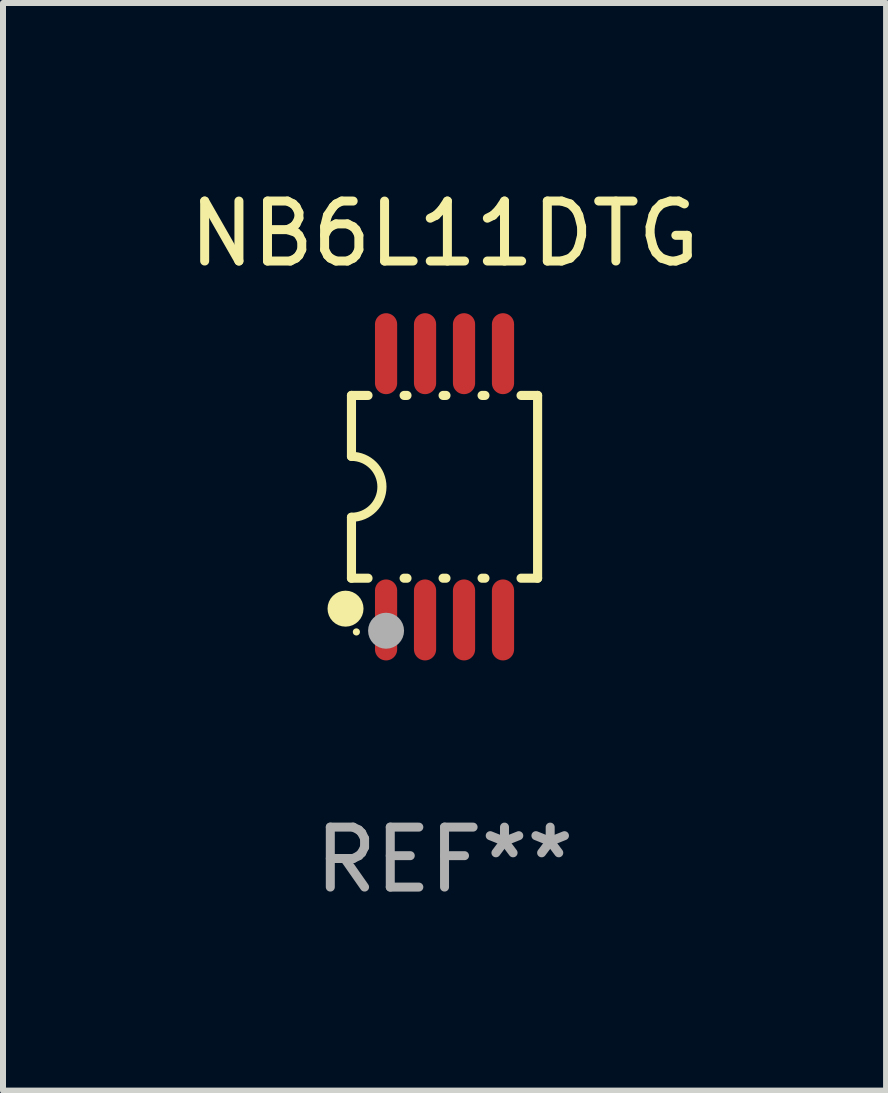
<source format=kicad_pcb>
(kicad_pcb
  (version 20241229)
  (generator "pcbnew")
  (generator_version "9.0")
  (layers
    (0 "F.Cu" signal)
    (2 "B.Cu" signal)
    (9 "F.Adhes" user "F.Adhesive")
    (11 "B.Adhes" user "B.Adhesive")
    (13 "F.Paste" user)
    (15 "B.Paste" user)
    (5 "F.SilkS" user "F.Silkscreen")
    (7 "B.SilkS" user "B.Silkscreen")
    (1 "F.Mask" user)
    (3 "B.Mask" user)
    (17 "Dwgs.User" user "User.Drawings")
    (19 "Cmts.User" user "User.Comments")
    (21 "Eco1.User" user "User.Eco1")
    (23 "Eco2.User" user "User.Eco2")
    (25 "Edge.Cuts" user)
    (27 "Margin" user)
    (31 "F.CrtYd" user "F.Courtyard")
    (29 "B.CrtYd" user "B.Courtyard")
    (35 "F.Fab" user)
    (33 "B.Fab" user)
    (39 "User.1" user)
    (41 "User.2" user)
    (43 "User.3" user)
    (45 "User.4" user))
  (footprint "NB6L11DTG"
    (layer "F.Cu")
    (at 4.363 5.068)
    (property "Reference" "NB6L11DTG" (at 0 -4.22 0) (layer "F.SilkS") (effects (font (size 1 1) (thickness 0.15))))
    (attr through_hole)
    (fp_line (start -1.552 -1.524) (end -1.276 -1.524) (stroke (width 0.152) (type solid)) (layer "F.SilkS"))
    (fp_line (start -1.552 -0.508) (end -1.552 -1.524) (stroke (width 0.152) (type solid)) (layer "F.SilkS"))
    (fp_line (start -1.552 1.524) (end -1.552 0.508) (stroke (width 0.152) (type solid)) (layer "F.SilkS"))
    (fp_line (start -1.552 1.524) (end -1.276 1.524) (stroke (width 0.152) (type solid)) (layer "F.SilkS"))
    (fp_line (start -0.674 -1.524) (end -0.626 -1.524) (stroke (width 0.152) (type solid)) (layer "F.SilkS"))
    (fp_line (start -0.674 1.524) (end -0.626 1.524) (stroke (width 0.152) (type solid)) (layer "F.SilkS"))
    (fp_line (start -0.024 -1.524) (end 0.024 -1.524) (stroke (width 0.152) (type solid)) (layer "F.SilkS"))
    (fp_line (start -0.024 1.524) (end 0.024 1.524) (stroke (width 0.152) (type solid)) (layer "F.SilkS"))
    (fp_line (start 0.626 -1.524) (end 0.674 -1.524) (stroke (width 0.152) (type solid)) (layer "F.SilkS"))
    (fp_line (start 0.626 1.524) (end 0.674 1.524) (stroke (width 0.152) (type solid)) (layer "F.SilkS"))
    (fp_line (start 1.276 1.524) (end 1.552 1.524) (stroke (width 0.152) (type solid)) (layer "F.SilkS"))
    (fp_line (start 1.276 -1.524) (end 1.552 -1.524) (stroke (width 0.152) (type solid)) (layer "F.SilkS"))
    (fp_line (start 1.552 -1.524) (end 1.552 1.524) (stroke (width 0.152) (type solid)) (layer "F.SilkS"))
    (fp_arc (start -1.551943 -0.508001) (mid -1.043942 0) (end -1.551943 0.508001) (stroke (width 0.151994) (type solid)) (layer "F.SilkS"))
    (fp_circle (center -1.651 2.032) (end -1.501 2.032) (stroke (width 0.3) (type solid)) (fill no) (layer "F.SilkS"))
    (fp_circle (center -1.47 2.42) (end -1.44 2.42) (stroke (width 0.06) (type solid)) (fill no) (layer "F.SilkS"))
    (fp_circle (center -0.975 2.4) (end -0.825 2.4) (stroke (width 0.3) (type solid)) (fill no) (layer "F.Fab"))
    (fp_text user "REF**" (at 0 6.22 0) (layer "F.Fab") (effects (font (size 1 1) (thickness 0.15))))
    (pad "1" smd oval (at -0.975 2.22) (size 0.37 1.35) (layers "F.Cu" "F.Mask" "F.Paste"))
    (pad "2" smd oval (at -0.325 2.22) (size 0.37 1.35) (layers "F.Cu" "F.Mask" "F.Paste"))
    (pad "3" smd oval (at 0.325 2.22) (size 0.37 1.35) (layers "F.Cu" "F.Mask" "F.Paste"))
    (pad "4" smd oval (at 0.975 2.22) (size 0.37 1.35) (layers "F.Cu" "F.Mask" "F.Paste"))
    (pad "5" smd oval (at 0.975 -2.22) (size 0.37 1.35) (layers "F.Cu" "F.Mask" "F.Paste"))
    (pad "6" smd oval (at 0.325 -2.22) (size 0.37 1.35) (layers "F.Cu" "F.Mask" "F.Paste"))
    (pad "7" smd oval (at -0.325 -2.22) (size 0.37 1.35) (layers "F.Cu" "F.Mask" "F.Paste"))
    (pad "8" smd oval (at -0.975 -2.22) (size 0.37 1.35) (layers "F.Cu" "F.Mask" "F.Paste")))
  (gr_rect
    (start -3 -3)
    (end 11.726 15.137)
    (stroke (width 0.1) (type default))
    (fill no)
    (layer "Edge.Cuts")))
</source>
